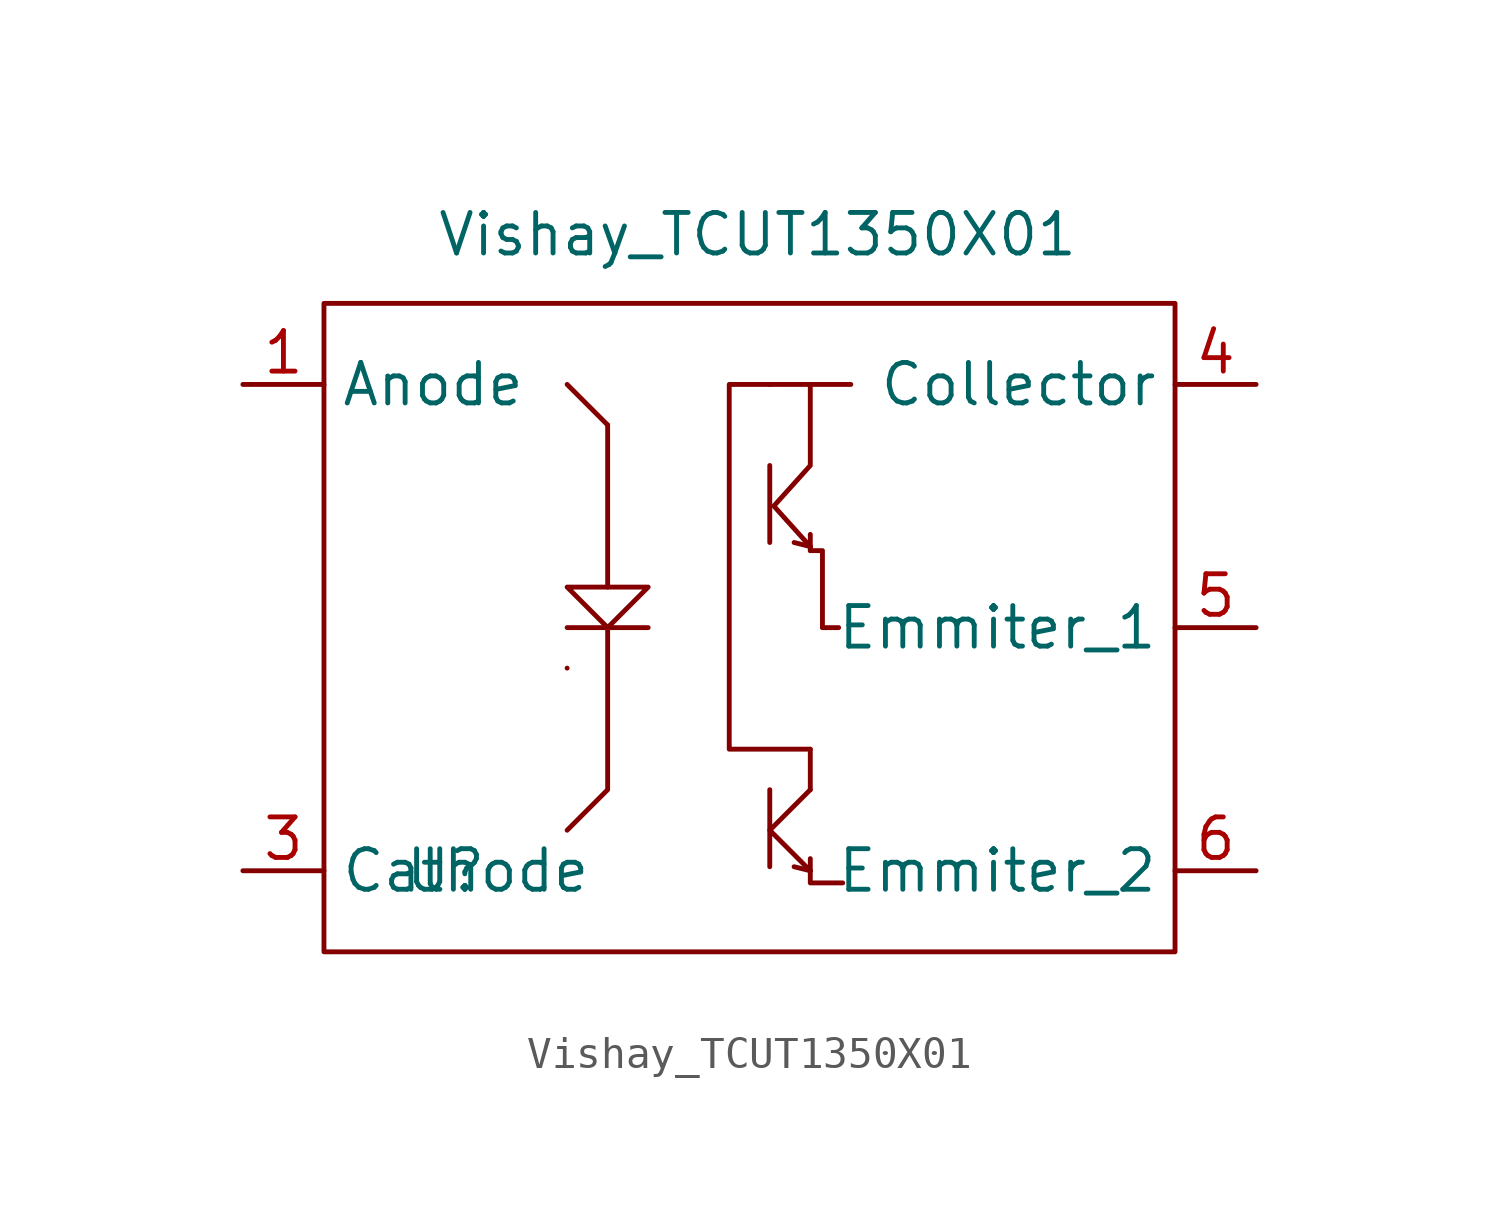
<source format=kicad_sym>
(kicad_symbol_lib
  (version 20211014)
  (generator kicad_symbol_editor)
  (symbol "Vishay_TCUT1350X01"
    (property "Reference" "U"
      (at -6.35 -7.62 0)
      (effects (font (size 1.27 1.27))))
    (property "Value" "Vishay_TCUT1350X01"
      (at 3.429 12.319 0)
      (effects (font (size 1.27 1.27))))
    (symbol "Vishay_TCUT1350X01_0_1"
      (rectangle (start -10.16 10.16) (end 16.51 -10.16) (stroke (width 0) (type default) (color 0 0 0 0)) (fill (type none)))
      (rectangle (start -2.54 -1.27) (end -2.54 -1.27) (stroke (width 0) (type default) (color 0 0 0 0)) (fill (type none)))
      (polyline (pts (xy -2.54 0) (xy 0 0)) (stroke (width 0) (type default) (color 0 0 0 0)) (fill (type none)))
      (polyline (pts (xy -2.54 7.62) (xy -1.27 6.35)) (stroke (width 0) (type default) (color 0 0 0 0)) (fill (type none)))
      (polyline (pts (xy -1.27 6.35) (xy -1.27 1.27)) (stroke (width 0) (type default) (color 0 0 0 0)) (fill (type none)))
      (polyline (pts (xy 3.81 -5.08) (xy 3.81 -7.493)) (stroke (width 0) (type default) (color 0 0 0 0)) (fill (type none)))
      (polyline (pts (xy 3.81 5.08) (xy 3.81 2.667)) (stroke (width 0) (type default) (color 0 0 0 0)) (fill (type none)))
      (polyline (pts (xy 4.572 -7.493) (xy 5.08 -7.62)) (stroke (width 0) (type default) (color 0 0 0 0)) (fill (type none)))
      (polyline (pts (xy 4.572 2.667) (xy 5.08 2.54)) (stroke (width 0) (type default) (color 0 0 0 0)) (fill (type none)))
      (polyline (pts (xy 5.08 -7.239) (xy 5.08 -7.62)) (stroke (width 0) (type default) (color 0 0 0 0)) (fill (type none)))
      (polyline (pts (xy 5.08 -5.08) (xy 5.08 -3.81)) (stroke (width 0) (type default) (color 0 0 0 0)) (fill (type none)))
      (polyline (pts (xy 5.08 2.413) (xy 5.08 2.54)) (stroke (width 0) (type default) (color 0 0 0 0)) (fill (type none)))
      (polyline (pts (xy 5.08 2.921) (xy 5.08 2.54)) (stroke (width 0) (type default) (color 0 0 0 0)) (fill (type none)))
      (polyline (pts (xy 5.461 0) (xy 5.969 0)) (stroke (width 0) (type default) (color 0 0 0 0)) (fill (type none)))
      (polyline (pts (xy 6.35 7.62) (xy 3.81 7.62)) (stroke (width 0) (type default) (color 0 0 0 0)) (fill (type none)))
      (polyline (pts (xy -1.27 0) (xy -1.27 -5.08) (xy -2.54 -6.35)) (stroke (width 0) (type default) (color 0 0 0 0)) (fill (type none)))
      (polyline (pts (xy 5.08 -7.62) (xy 5.08 -8.001) (xy 6.096 -8.001)) (stroke (width 0) (type default) (color 0 0 0 0)) (fill (type none)))
      (polyline (pts (xy 5.08 -5.08) (xy 3.81 -6.35) (xy 5.08 -7.62)) (stroke (width 0) (type default) (color 0 0 0 0)) (fill (type none)))
      (polyline (pts (xy 5.08 2.413) (xy 5.461 2.413) (xy 5.461 0)) (stroke (width 0) (type default) (color 0 0 0 0)) (fill (type none)))
      (polyline (pts (xy -2.54 1.27) (xy 0 1.27) (xy -1.27 0) (xy -2.54 1.27)) (stroke (width 0) (type default) (color 0 0 0 0)) (fill (type none)))
      (polyline (pts (xy 3.81 7.62) (xy 2.54 7.62) (xy 2.54 -3.81) (xy 5.08 -3.81)) (stroke (width 0) (type default) (color 0 0 0 0)) (fill (type none)))
      (polyline (pts (xy 5.08 7.62) (xy 5.08 5.08) (xy 3.937 3.81) (xy 5.08 2.54)) (stroke (width 0) (type default) (color 0 0 0 0)) (fill (type none))))
    (symbol "Vishay_TCUT1350X01_1_1"
      (pin power_in line (at -12.7 7.62 0) (length 2.54) (name "Anode" (effects (font (size 1.27 1.27)))) (number "1" (effects (font (size 1.27 1.27)))))
      (pin power_out line (at -12.7 -7.62 0) (length 2.54) (name "Cathode" (effects (font (size 1.27 1.27)))) (number "3" (effects (font (size 1.27 1.27)))))
      (pin open_collector line (at 19.05 7.62 180) (length 2.54) (name "Collector" (effects (font (size 1.27 1.27)))) (number "4" (effects (font (size 1.27 1.27)))))
      (pin output line (at 19.05 0 180) (length 2.54) (name "Emmiter_1" (effects (font (size 1.27 1.27)))) (number "5" (effects (font (size 1.27 1.27)))))
      (pin output line (at 19.05 -7.62 180) (length 2.54) (name "Emmiter_2" (effects (font (size 1.27 1.27)))) (number "6" (effects (font (size 1.27 1.27))))))))
</source>
